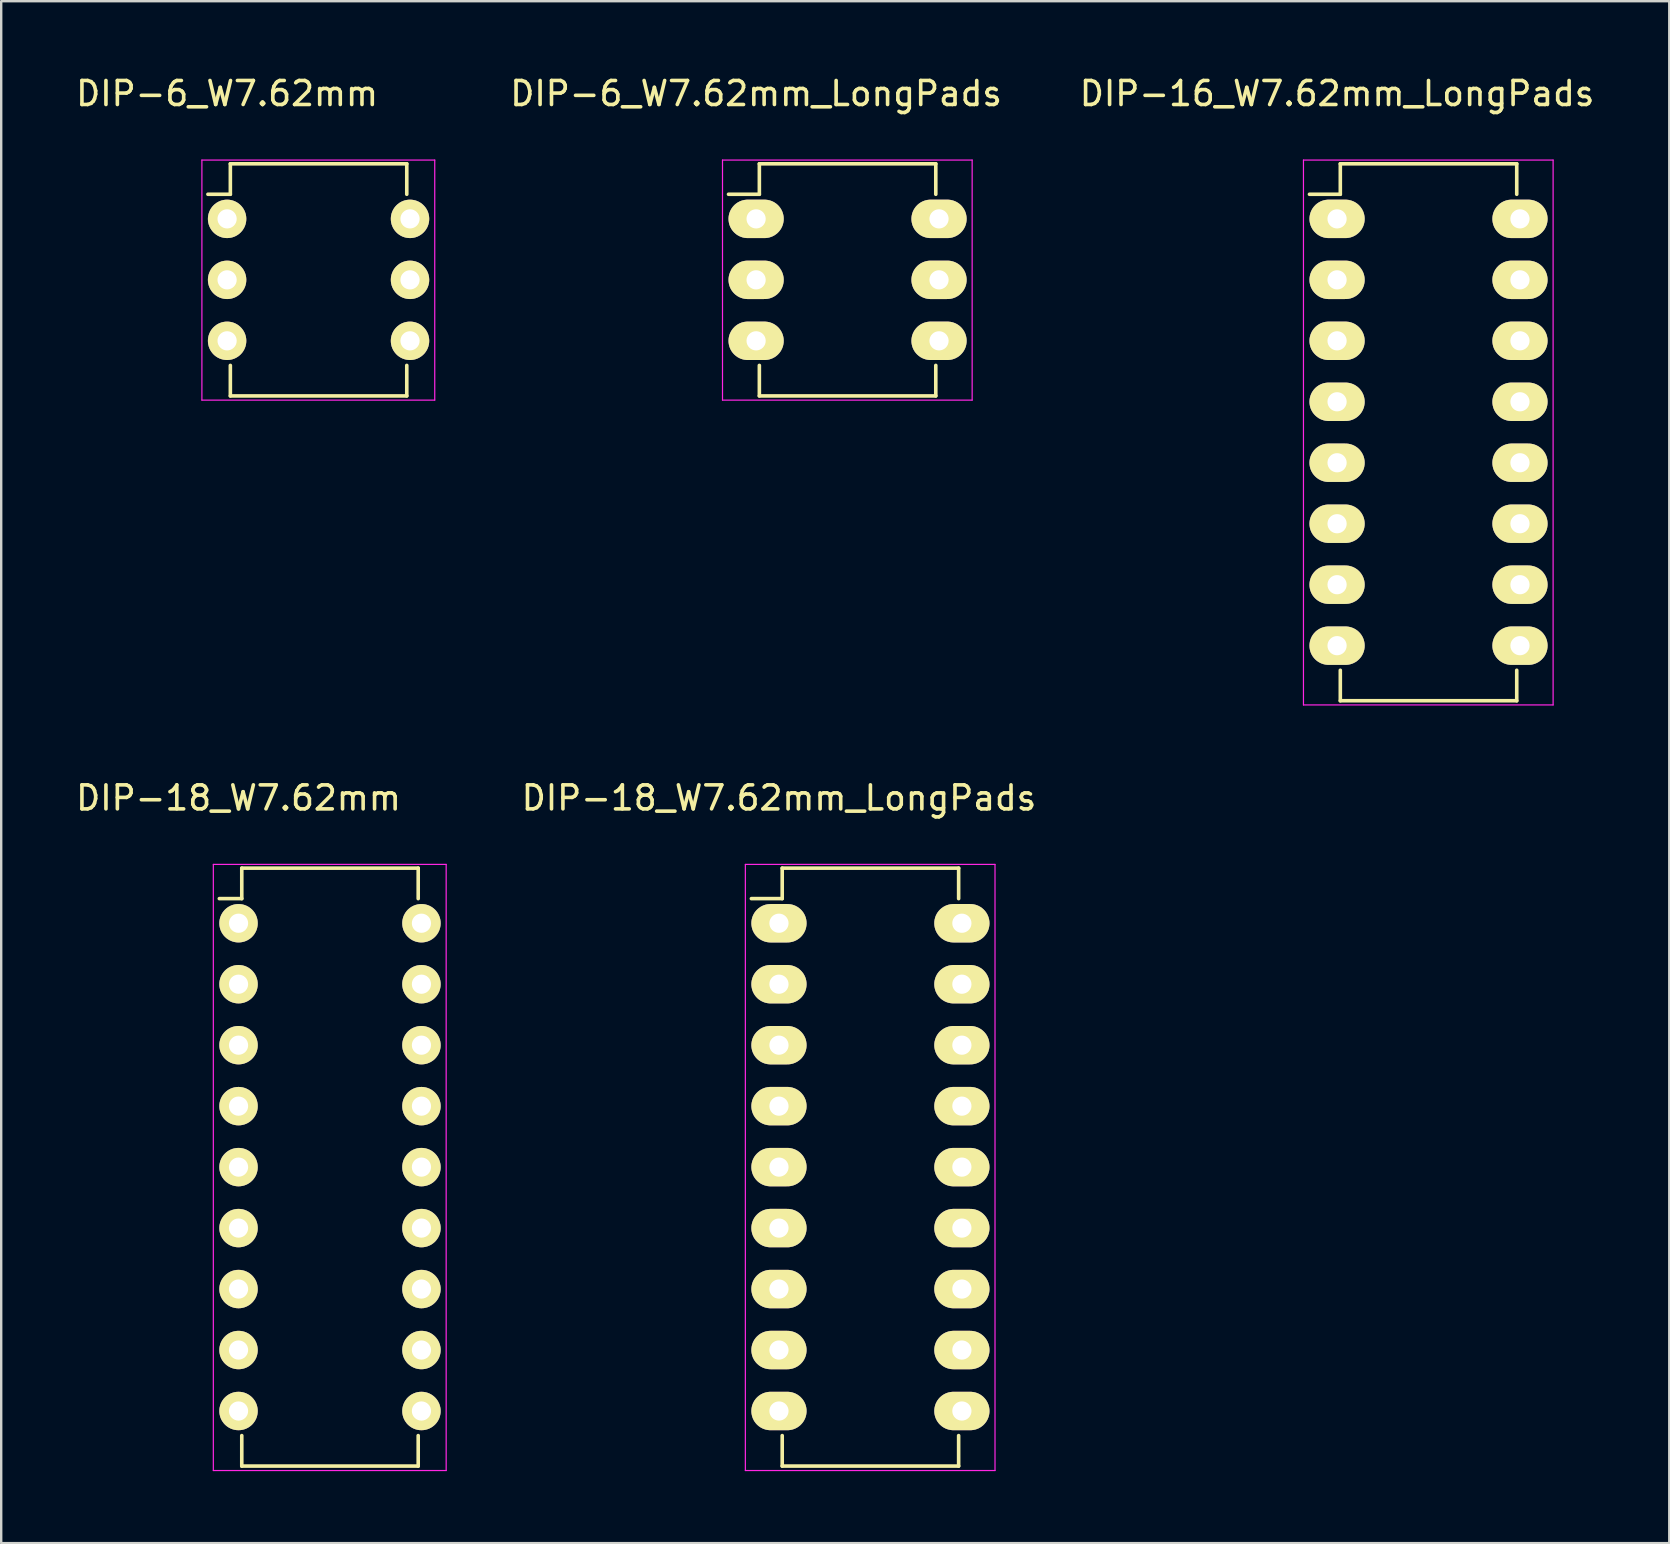
<source format=kicad_pcb>
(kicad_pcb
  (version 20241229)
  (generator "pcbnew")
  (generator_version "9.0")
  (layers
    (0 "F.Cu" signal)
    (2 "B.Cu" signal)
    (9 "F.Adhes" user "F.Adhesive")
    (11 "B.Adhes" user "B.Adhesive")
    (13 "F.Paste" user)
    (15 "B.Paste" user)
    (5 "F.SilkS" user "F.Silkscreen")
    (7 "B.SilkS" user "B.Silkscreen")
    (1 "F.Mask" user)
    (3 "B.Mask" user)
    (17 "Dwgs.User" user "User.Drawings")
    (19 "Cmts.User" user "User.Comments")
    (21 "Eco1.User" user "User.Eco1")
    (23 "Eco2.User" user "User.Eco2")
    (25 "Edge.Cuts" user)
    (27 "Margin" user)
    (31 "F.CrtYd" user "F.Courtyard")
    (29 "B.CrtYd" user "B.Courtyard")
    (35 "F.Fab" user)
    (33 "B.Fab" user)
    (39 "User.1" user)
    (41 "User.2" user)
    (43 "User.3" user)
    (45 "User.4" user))
  (footprint "DIP-18_W7.62mm"
    (layer "F.Cu")
    (at 6.887 35.411)
    (property "Reference" "DIP-18_W7.62mm" (at 0 -5.22 0) (layer "F.SilkS") (effects (font (size 1 1) (thickness 0.15))))
    (attr through_hole)
    (fp_line (start 0.135 -2.295) (end 0.135 -1.025) (stroke (width 0.15) (type solid)) (layer "F.SilkS"))
    (fp_line (start 0.135 -2.295) (end 7.485 -2.295) (stroke (width 0.15) (type solid)) (layer "F.SilkS"))
    (fp_line (start 0.135 -1.025) (end -0.8 -1.025) (stroke (width 0.15) (type solid)) (layer "F.SilkS"))
    (fp_line (start 0.135 22.615) (end 0.135 21.345) (stroke (width 0.15) (type solid)) (layer "F.SilkS"))
    (fp_line (start 0.135 22.615) (end 7.485 22.615) (stroke (width 0.15) (type solid)) (layer "F.SilkS"))
    (fp_line (start 7.485 -2.295) (end 7.485 -1.025) (stroke (width 0.15) (type solid)) (layer "F.SilkS"))
    (fp_line (start 7.485 22.615) (end 7.485 21.345) (stroke (width 0.15) (type solid)) (layer "F.SilkS"))
    (fp_line (start -1.05 -2.45) (end -1.05 22.8) (stroke (width 0.05) (type solid)) (layer "F.CrtYd"))
    (fp_line (start -1.05 -2.45) (end 8.65 -2.45) (stroke (width 0.05) (type solid)) (layer "F.CrtYd"))
    (fp_line (start -1.05 22.8) (end 8.65 22.8) (stroke (width 0.05) (type solid)) (layer "F.CrtYd"))
    (fp_line (start 8.65 -2.45) (end 8.65 22.8) (stroke (width 0.05) (type solid)) (layer "F.CrtYd"))
    (pad "1" thru_hole oval (at 0 0) (size 1.6 1.6) (drill 0.8) (layers "*.Cu" "*.Mask" "F.SilkS"))
    (pad "2" thru_hole oval (at 0 2.54) (size 1.6 1.6) (drill 0.8) (layers "*.Cu" "*.Mask" "F.SilkS"))
    (pad "3" thru_hole oval (at 0 5.08) (size 1.6 1.6) (drill 0.8) (layers "*.Cu" "*.Mask" "F.SilkS"))
    (pad "4" thru_hole oval (at 0 7.62) (size 1.6 1.6) (drill 0.8) (layers "*.Cu" "*.Mask" "F.SilkS"))
    (pad "5" thru_hole oval (at 0 10.16) (size 1.6 1.6) (drill 0.8) (layers "*.Cu" "*.Mask" "F.SilkS"))
    (pad "6" thru_hole oval (at 0 12.7) (size 1.6 1.6) (drill 0.8) (layers "*.Cu" "*.Mask" "F.SilkS"))
    (pad "7" thru_hole oval (at 0 15.24) (size 1.6 1.6) (drill 0.8) (layers "*.Cu" "*.Mask" "F.SilkS"))
    (pad "8" thru_hole oval (at 0 17.78) (size 1.6 1.6) (drill 0.8) (layers "*.Cu" "*.Mask" "F.SilkS"))
    (pad "9" thru_hole oval (at 0 20.32) (size 1.6 1.6) (drill 0.8) (layers "*.Cu" "*.Mask" "F.SilkS"))
    (pad "10" thru_hole oval (at 7.62 20.32) (size 1.6 1.6) (drill 0.8) (layers "*.Cu" "*.Mask" "F.SilkS"))
    (pad "11" thru_hole oval (at 7.62 17.78) (size 1.6 1.6) (drill 0.8) (layers "*.Cu" "*.Mask" "F.SilkS"))
    (pad "12" thru_hole oval (at 7.62 15.24) (size 1.6 1.6) (drill 0.8) (layers "*.Cu" "*.Mask" "F.SilkS"))
    (pad "13" thru_hole oval (at 7.62 12.7) (size 1.6 1.6) (drill 0.8) (layers "*.Cu" "*.Mask" "F.SilkS"))
    (pad "14" thru_hole oval (at 7.62 10.16) (size 1.6 1.6) (drill 0.8) (layers "*.Cu" "*.Mask" "F.SilkS"))
    (pad "15" thru_hole oval (at 7.62 7.62) (size 1.6 1.6) (drill 0.8) (layers "*.Cu" "*.Mask" "F.SilkS"))
    (pad "16" thru_hole oval (at 7.62 5.08) (size 1.6 1.6) (drill 0.8) (layers "*.Cu" "*.Mask" "F.SilkS"))
    (pad "17" thru_hole oval (at 7.62 2.54) (size 1.6 1.6) (drill 0.8) (layers "*.Cu" "*.Mask" "F.SilkS"))
    (pad "18" thru_hole oval (at 7.62 0) (size 1.6 1.6) (drill 0.8) (layers "*.Cu" "*.Mask" "F.SilkS")))
  (footprint "DIP-6_W7.62mm_LongPads"
    (layer "F.Cu")
    (at 28.449 6.068)
    (property "Reference" "DIP-6_W7.62mm_LongPads" (at 0 -5.22 0) (layer "F.SilkS") (effects (font (size 1 1) (thickness 0.15))))
    (attr through_hole)
    (fp_line (start 0.135 -2.295) (end 0.135 -1.025) (stroke (width 0.15) (type solid)) (layer "F.SilkS"))
    (fp_line (start 0.135 -2.295) (end 7.485 -2.295) (stroke (width 0.15) (type solid)) (layer "F.SilkS"))
    (fp_line (start 0.135 -1.025) (end -1.15 -1.025) (stroke (width 0.15) (type solid)) (layer "F.SilkS"))
    (fp_line (start 0.135 7.375) (end 0.135 6.105) (stroke (width 0.15) (type solid)) (layer "F.SilkS"))
    (fp_line (start 0.135 7.375) (end 7.485 7.375) (stroke (width 0.15) (type solid)) (layer "F.SilkS"))
    (fp_line (start 7.485 -2.295) (end 7.485 -1.025) (stroke (width 0.15) (type solid)) (layer "F.SilkS"))
    (fp_line (start 7.485 7.375) (end 7.485 6.105) (stroke (width 0.15) (type solid)) (layer "F.SilkS"))
    (fp_line (start -1.4 -2.45) (end -1.4 7.55) (stroke (width 0.05) (type solid)) (layer "F.CrtYd"))
    (fp_line (start -1.4 -2.45) (end 9 -2.45) (stroke (width 0.05) (type solid)) (layer "F.CrtYd"))
    (fp_line (start -1.4 7.55) (end 9 7.55) (stroke (width 0.05) (type solid)) (layer "F.CrtYd"))
    (fp_line (start 9 -2.45) (end 9 7.55) (stroke (width 0.05) (type solid)) (layer "F.CrtYd"))
    (pad "1" thru_hole oval (at 0 0) (size 2.3 1.6) (drill 0.8) (layers "*.Cu" "*.Mask" "F.SilkS"))
    (pad "2" thru_hole oval (at 0 2.54) (size 2.3 1.6) (drill 0.8) (layers "*.Cu" "*.Mask" "F.SilkS"))
    (pad "3" thru_hole oval (at 0 5.08) (size 2.3 1.6) (drill 0.8) (layers "*.Cu" "*.Mask" "F.SilkS"))
    (pad "4" thru_hole oval (at 7.62 5.08) (size 2.3 1.6) (drill 0.8) (layers "*.Cu" "*.Mask" "F.SilkS"))
    (pad "5" thru_hole oval (at 7.62 2.54) (size 2.3 1.6) (drill 0.8) (layers "*.Cu" "*.Mask" "F.SilkS"))
    (pad "6" thru_hole oval (at 7.62 0) (size 2.3 1.6) (drill 0.8) (layers "*.Cu" "*.Mask" "F.SilkS")))
  (footprint "DIP-18_W7.62mm_LongPads"
    (layer "F.Cu")
    (at 29.401 35.411)
    (property "Reference" "DIP-18_W7.62mm_LongPads" (at 0 -5.22 0) (layer "F.SilkS") (effects (font (size 1 1) (thickness 0.15))))
    (attr through_hole)
    (fp_line (start 0.135 -2.295) (end 0.135 -1.025) (stroke (width 0.15) (type solid)) (layer "F.SilkS"))
    (fp_line (start 0.135 -2.295) (end 7.485 -2.295) (stroke (width 0.15) (type solid)) (layer "F.SilkS"))
    (fp_line (start 0.135 -1.025) (end -1.15 -1.025) (stroke (width 0.15) (type solid)) (layer "F.SilkS"))
    (fp_line (start 0.135 22.615) (end 0.135 21.345) (stroke (width 0.15) (type solid)) (layer "F.SilkS"))
    (fp_line (start 0.135 22.615) (end 7.485 22.615) (stroke (width 0.15) (type solid)) (layer "F.SilkS"))
    (fp_line (start 7.485 -2.295) (end 7.485 -1.025) (stroke (width 0.15) (type solid)) (layer "F.SilkS"))
    (fp_line (start 7.485 22.615) (end 7.485 21.345) (stroke (width 0.15) (type solid)) (layer "F.SilkS"))
    (fp_line (start -1.4 -2.45) (end -1.4 22.8) (stroke (width 0.05) (type solid)) (layer "F.CrtYd"))
    (fp_line (start -1.4 -2.45) (end 9 -2.45) (stroke (width 0.05) (type solid)) (layer "F.CrtYd"))
    (fp_line (start -1.4 22.8) (end 9 22.8) (stroke (width 0.05) (type solid)) (layer "F.CrtYd"))
    (fp_line (start 9 -2.45) (end 9 22.8) (stroke (width 0.05) (type solid)) (layer "F.CrtYd"))
    (pad "1" thru_hole oval (at 0 0) (size 2.3 1.6) (drill 0.8) (layers "*.Cu" "*.Mask" "F.SilkS"))
    (pad "2" thru_hole oval (at 0 2.54) (size 2.3 1.6) (drill 0.8) (layers "*.Cu" "*.Mask" "F.SilkS"))
    (pad "3" thru_hole oval (at 0 5.08) (size 2.3 1.6) (drill 0.8) (layers "*.Cu" "*.Mask" "F.SilkS"))
    (pad "4" thru_hole oval (at 0 7.62) (size 2.3 1.6) (drill 0.8) (layers "*.Cu" "*.Mask" "F.SilkS"))
    (pad "5" thru_hole oval (at 0 10.16) (size 2.3 1.6) (drill 0.8) (layers "*.Cu" "*.Mask" "F.SilkS"))
    (pad "6" thru_hole oval (at 0 12.7) (size 2.3 1.6) (drill 0.8) (layers "*.Cu" "*.Mask" "F.SilkS"))
    (pad "7" thru_hole oval (at 0 15.24) (size 2.3 1.6) (drill 0.8) (layers "*.Cu" "*.Mask" "F.SilkS"))
    (pad "8" thru_hole oval (at 0 17.78) (size 2.3 1.6) (drill 0.8) (layers "*.Cu" "*.Mask" "F.SilkS"))
    (pad "9" thru_hole oval (at 0 20.32) (size 2.3 1.6) (drill 0.8) (layers "*.Cu" "*.Mask" "F.SilkS"))
    (pad "10" thru_hole oval (at 7.62 20.32) (size 2.3 1.6) (drill 0.8) (layers "*.Cu" "*.Mask" "F.SilkS"))
    (pad "11" thru_hole oval (at 7.62 17.78) (size 2.3 1.6) (drill 0.8) (layers "*.Cu" "*.Mask" "F.SilkS"))
    (pad "12" thru_hole oval (at 7.62 15.24) (size 2.3 1.6) (drill 0.8) (layers "*.Cu" "*.Mask" "F.SilkS"))
    (pad "13" thru_hole oval (at 7.62 12.7) (size 2.3 1.6) (drill 0.8) (layers "*.Cu" "*.Mask" "F.SilkS"))
    (pad "14" thru_hole oval (at 7.62 10.16) (size 2.3 1.6) (drill 0.8) (layers "*.Cu" "*.Mask" "F.SilkS"))
    (pad "15" thru_hole oval (at 7.62 7.62) (size 2.3 1.6) (drill 0.8) (layers "*.Cu" "*.Mask" "F.SilkS"))
    (pad "16" thru_hole oval (at 7.62 5.08) (size 2.3 1.6) (drill 0.8) (layers "*.Cu" "*.Mask" "F.SilkS"))
    (pad "17" thru_hole oval (at 7.62 2.54) (size 2.3 1.6) (drill 0.8) (layers "*.Cu" "*.Mask" "F.SilkS"))
    (pad "18" thru_hole oval (at 7.62 0) (size 2.3 1.6) (drill 0.8) (layers "*.Cu" "*.Mask" "F.SilkS")))
  (footprint "DIP-16_W7.62mm_LongPads"
    (layer "F.Cu")
    (at 52.651 6.068)
    (property "Reference" "DIP-16_W7.62mm_LongPads" (at 0 -5.22 0) (layer "F.SilkS") (effects (font (size 1 1) (thickness 0.15))))
    (attr through_hole)
    (fp_line (start 0.135 -2.295) (end 0.135 -1.025) (stroke (width 0.15) (type solid)) (layer "F.SilkS"))
    (fp_line (start 0.135 -2.295) (end 7.485 -2.295) (stroke (width 0.15) (type solid)) (layer "F.SilkS"))
    (fp_line (start 0.135 -1.025) (end -1.15 -1.025) (stroke (width 0.15) (type solid)) (layer "F.SilkS"))
    (fp_line (start 0.135 20.075) (end 0.135 18.805) (stroke (width 0.15) (type solid)) (layer "F.SilkS"))
    (fp_line (start 0.135 20.075) (end 7.485 20.075) (stroke (width 0.15) (type solid)) (layer "F.SilkS"))
    (fp_line (start 7.485 -2.295) (end 7.485 -1.025) (stroke (width 0.15) (type solid)) (layer "F.SilkS"))
    (fp_line (start 7.485 20.075) (end 7.485 18.805) (stroke (width 0.15) (type solid)) (layer "F.SilkS"))
    (fp_line (start -1.4 -2.45) (end -1.4 20.25) (stroke (width 0.05) (type solid)) (layer "F.CrtYd"))
    (fp_line (start -1.4 -2.45) (end 9 -2.45) (stroke (width 0.05) (type solid)) (layer "F.CrtYd"))
    (fp_line (start -1.4 20.25) (end 9 20.25) (stroke (width 0.05) (type solid)) (layer "F.CrtYd"))
    (fp_line (start 9 -2.45) (end 9 20.25) (stroke (width 0.05) (type solid)) (layer "F.CrtYd"))
    (pad "1" thru_hole oval (at 0 0) (size 2.3 1.6) (drill 0.8) (layers "*.Cu" "*.Mask" "F.SilkS"))
    (pad "2" thru_hole oval (at 0 2.54) (size 2.3 1.6) (drill 0.8) (layers "*.Cu" "*.Mask" "F.SilkS"))
    (pad "3" thru_hole oval (at 0 5.08) (size 2.3 1.6) (drill 0.8) (layers "*.Cu" "*.Mask" "F.SilkS"))
    (pad "4" thru_hole oval (at 0 7.62) (size 2.3 1.6) (drill 0.8) (layers "*.Cu" "*.Mask" "F.SilkS"))
    (pad "5" thru_hole oval (at 0 10.16) (size 2.3 1.6) (drill 0.8) (layers "*.Cu" "*.Mask" "F.SilkS"))
    (pad "6" thru_hole oval (at 0 12.7) (size 2.3 1.6) (drill 0.8) (layers "*.Cu" "*.Mask" "F.SilkS"))
    (pad "7" thru_hole oval (at 0 15.24) (size 2.3 1.6) (drill 0.8) (layers "*.Cu" "*.Mask" "F.SilkS"))
    (pad "8" thru_hole oval (at 0 17.78) (size 2.3 1.6) (drill 0.8) (layers "*.Cu" "*.Mask" "F.SilkS"))
    (pad "9" thru_hole oval (at 7.62 17.78) (size 2.3 1.6) (drill 0.8) (layers "*.Cu" "*.Mask" "F.SilkS"))
    (pad "10" thru_hole oval (at 7.62 15.24) (size 2.3 1.6) (drill 0.8) (layers "*.Cu" "*.Mask" "F.SilkS"))
    (pad "11" thru_hole oval (at 7.62 12.7) (size 2.3 1.6) (drill 0.8) (layers "*.Cu" "*.Mask" "F.SilkS"))
    (pad "12" thru_hole oval (at 7.62 10.16) (size 2.3 1.6) (drill 0.8) (layers "*.Cu" "*.Mask" "F.SilkS"))
    (pad "13" thru_hole oval (at 7.62 7.62) (size 2.3 1.6) (drill 0.8) (layers "*.Cu" "*.Mask" "F.SilkS"))
    (pad "14" thru_hole oval (at 7.62 5.08) (size 2.3 1.6) (drill 0.8) (layers "*.Cu" "*.Mask" "F.SilkS"))
    (pad "15" thru_hole oval (at 7.62 2.54) (size 2.3 1.6) (drill 0.8) (layers "*.Cu" "*.Mask" "F.SilkS"))
    (pad "16" thru_hole oval (at 7.62 0) (size 2.3 1.6) (drill 0.8) (layers "*.Cu" "*.Mask" "F.SilkS")))
  (footprint "DIP-6_W7.62mm"
    (layer "F.Cu")
    (at 6.411 6.068)
    (property "Reference" "DIP-6_W7.62mm" (at 0 -5.22 0) (layer "F.SilkS") (effects (font (size 1 1) (thickness 0.15))))
    (attr through_hole)
    (fp_line (start 0.135 -2.295) (end 0.135 -1.025) (stroke (width 0.15) (type solid)) (layer "F.SilkS"))
    (fp_line (start 0.135 -2.295) (end 7.485 -2.295) (stroke (width 0.15) (type solid)) (layer "F.SilkS"))
    (fp_line (start 0.135 -1.025) (end -0.8 -1.025) (stroke (width 0.15) (type solid)) (layer "F.SilkS"))
    (fp_line (start 0.135 7.375) (end 0.135 6.105) (stroke (width 0.15) (type solid)) (layer "F.SilkS"))
    (fp_line (start 0.135 7.375) (end 7.485 7.375) (stroke (width 0.15) (type solid)) (layer "F.SilkS"))
    (fp_line (start 7.485 -2.295) (end 7.485 -1.025) (stroke (width 0.15) (type solid)) (layer "F.SilkS"))
    (fp_line (start 7.485 7.375) (end 7.485 6.105) (stroke (width 0.15) (type solid)) (layer "F.SilkS"))
    (fp_line (start -1.05 -2.45) (end -1.05 7.55) (stroke (width 0.05) (type solid)) (layer "F.CrtYd"))
    (fp_line (start -1.05 -2.45) (end 8.65 -2.45) (stroke (width 0.05) (type solid)) (layer "F.CrtYd"))
    (fp_line (start -1.05 7.55) (end 8.65 7.55) (stroke (width 0.05) (type solid)) (layer "F.CrtYd"))
    (fp_line (start 8.65 -2.45) (end 8.65 7.55) (stroke (width 0.05) (type solid)) (layer "F.CrtYd"))
    (pad "1" thru_hole oval (at 0 0) (size 1.6 1.6) (drill 0.8) (layers "*.Cu" "*.Mask" "F.SilkS"))
    (pad "2" thru_hole oval (at 0 2.54) (size 1.6 1.6) (drill 0.8) (layers "*.Cu" "*.Mask" "F.SilkS"))
    (pad "3" thru_hole oval (at 0 5.08) (size 1.6 1.6) (drill 0.8) (layers "*.Cu" "*.Mask" "F.SilkS"))
    (pad "4" thru_hole oval (at 7.62 5.08) (size 1.6 1.6) (drill 0.8) (layers "*.Cu" "*.Mask" "F.SilkS"))
    (pad "5" thru_hole oval (at 7.62 2.54) (size 1.6 1.6) (drill 0.8) (layers "*.Cu" "*.Mask" "F.SilkS"))
    (pad "6" thru_hole oval (at 7.62 0) (size 1.6 1.6) (drill 0.8) (layers "*.Cu" "*.Mask" "F.SilkS")))
  (gr_rect
    (start -3 -3)
    (end 66.49 61.236)
    (stroke (width 0.1) (type default))
    (fill no)
    (layer "Edge.Cuts")))
</source>
